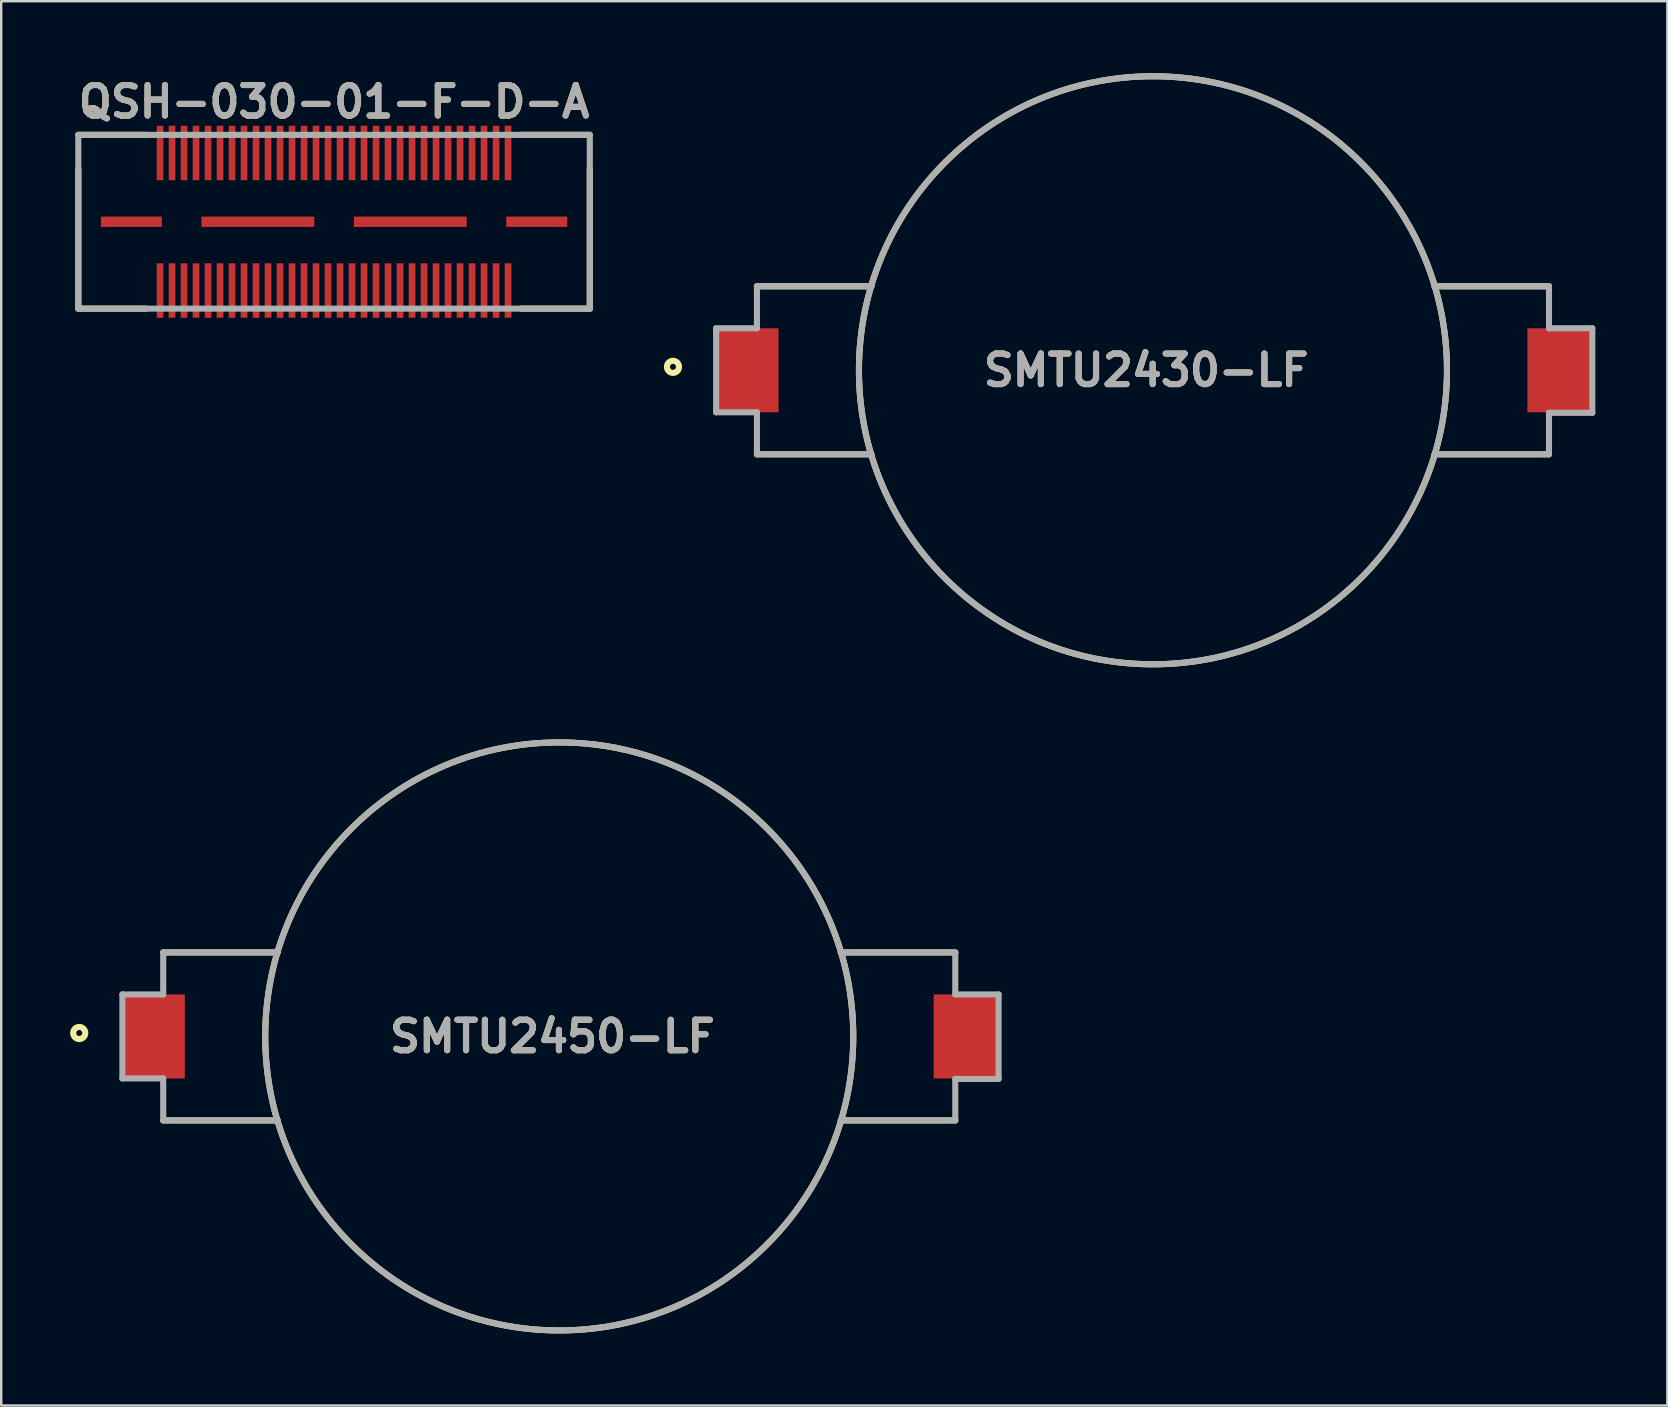
<source format=kicad_pcb>
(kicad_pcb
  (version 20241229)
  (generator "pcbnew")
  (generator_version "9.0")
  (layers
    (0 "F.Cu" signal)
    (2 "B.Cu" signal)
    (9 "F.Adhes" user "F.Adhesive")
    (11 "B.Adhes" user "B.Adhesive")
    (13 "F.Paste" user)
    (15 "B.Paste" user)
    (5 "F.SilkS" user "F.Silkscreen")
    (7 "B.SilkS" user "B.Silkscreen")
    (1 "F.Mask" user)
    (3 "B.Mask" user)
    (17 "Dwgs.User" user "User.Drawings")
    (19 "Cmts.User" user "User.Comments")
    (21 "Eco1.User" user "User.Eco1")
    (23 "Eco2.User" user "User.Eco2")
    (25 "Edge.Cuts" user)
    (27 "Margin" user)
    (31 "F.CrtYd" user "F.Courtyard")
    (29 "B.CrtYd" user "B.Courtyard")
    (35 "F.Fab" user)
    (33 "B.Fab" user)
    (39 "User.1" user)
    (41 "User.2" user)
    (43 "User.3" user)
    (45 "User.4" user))
  (footprint "SMTU2450-LF"
    (layer "F.Cu")
    (at 20.25 40.131)
    (property "Reference" "SMTU2450-LF" (at -0.285 0 0) (layer "F.SilkS") (effects (font (size 1.27 1.27) (thickness 0.254))))
    (attr smd)
    (fp_line (start -11.73 -3.5) (end -16.5 -3.5) (stroke (width 0.254) (type solid)) (layer "F.SilkS"))
    (fp_line (start -11.73 3.5) (end -16.5 3.5) (stroke (width 0.254) (type solid)) (layer "F.SilkS"))
    (fp_line (start 11.73 -3.5) (end 16.5 -3.5) (stroke (width 0.254) (type solid)) (layer "F.SilkS"))
    (fp_line (start 11.73 3.5) (end 16.5 3.5) (stroke (width 0.254) (type solid)) (layer "F.SilkS"))
    (fp_circle (center -19.998 -0.143) (end -19.998 -0.018) (stroke (width 0.254) (type solid)) (fill no) (layer "F.SilkS"))
    (fp_circle (center 0 0) (end 0 12.25) (stroke (width 0.254) (type solid)) (fill no) (layer "F.SilkS"))
    (fp_line (start -18.2 -1.75) (end -18.2 1.75) (stroke (width 0.254) (type solid)) (layer "F.Fab"))
    (fp_line (start -16.5 -3.5) (end -16.5 -1.75) (stroke (width 0.254) (type solid)) (layer "F.Fab"))
    (fp_line (start -16.5 -1.75) (end -18.2 -1.75) (stroke (width 0.254) (type solid)) (layer "F.Fab"))
    (fp_line (start -16.5 1.75) (end -18.2 1.75) (stroke (width 0.254) (type solid)) (layer "F.Fab"))
    (fp_line (start -16.5 1.75) (end -16.5 3.5) (stroke (width 0.254) (type solid)) (layer "F.Fab"))
    (fp_line (start -11.73 -3.5) (end -16.5 -3.5) (stroke (width 0.254) (type solid)) (layer "F.Fab"))
    (fp_line (start -11.73 3.5) (end -16.5 3.5) (stroke (width 0.254) (type solid)) (layer "F.Fab"))
    (fp_line (start 11.73 -3.5) (end 16.5 -3.5) (stroke (width 0.254) (type solid)) (layer "F.Fab"))
    (fp_line (start 11.73 3.5) (end 16.5 3.5) (stroke (width 0.254) (type solid)) (layer "F.Fab"))
    (fp_line (start 16.5 -3.5) (end 16.5 -1.75) (stroke (width 0.254) (type solid)) (layer "F.Fab"))
    (fp_line (start 16.5 -1.75) (end 18.305 -1.75) (stroke (width 0.254) (type solid)) (layer "F.Fab"))
    (fp_line (start 16.5 1.772) (end 16.5 3.5) (stroke (width 0.254) (type solid)) (layer "F.Fab"))
    (fp_line (start 18.305 -1.75) (end 18.305 1.772) (stroke (width 0.254) (type solid)) (layer "F.Fab"))
    (fp_line (start 18.305 1.772) (end 16.5 1.772) (stroke (width 0.254) (type solid)) (layer "F.Fab"))
    (fp_circle (center 0 0) (end 0 12.25) (stroke (width 0.254) (type solid)) (fill no) (layer "F.Fab"))
    (fp_text user "${REFERENCE}" (at -0.285 0 0) (layer "F.Fab") (effects (font (size 1.27 1.27) (thickness 0.254))))
    (pad "1" smd rect (at -16.9 0) (size 2.6 3.5) (layers "F.Cu" "F.Mask" "F.Paste"))
    (pad "2" smd rect (at 16.9 0) (size 2.6 3.5) (layers "F.Cu" "F.Mask" "F.Paste")))
  (footprint "SMTU2430-LF"
    (layer "F.Cu")
    (at 44.986 12.377)
    (property "Reference" "SMTU2430-LF" (at -0.285 0 0) (layer "F.SilkS") (effects (font (size 1.27 1.27) (thickness 0.254))))
    (attr smd)
    (fp_line (start -11.73 -3.5) (end -16.5 -3.5) (stroke (width 0.254) (type solid)) (layer "F.SilkS"))
    (fp_line (start -11.73 3.5) (end -16.5 3.5) (stroke (width 0.254) (type solid)) (layer "F.SilkS"))
    (fp_line (start 11.73 -3.5) (end 16.5 -3.5) (stroke (width 0.254) (type solid)) (layer "F.SilkS"))
    (fp_line (start 11.73 3.5) (end 16.5 3.5) (stroke (width 0.254) (type solid)) (layer "F.SilkS"))
    (fp_circle (center -19.998 -0.143) (end -19.998 -0.018) (stroke (width 0.254) (type solid)) (fill no) (layer "F.SilkS"))
    (fp_circle (center 0 0) (end 0 12.25) (stroke (width 0.254) (type solid)) (fill no) (layer "F.SilkS"))
    (fp_line (start -18.2 -1.75) (end -18.2 1.75) (stroke (width 0.254) (type solid)) (layer "F.Fab"))
    (fp_line (start -16.5 -3.5) (end -16.5 -1.75) (stroke (width 0.254) (type solid)) (layer "F.Fab"))
    (fp_line (start -16.5 -1.75) (end -18.2 -1.75) (stroke (width 0.254) (type solid)) (layer "F.Fab"))
    (fp_line (start -16.5 1.75) (end -18.2 1.75) (stroke (width 0.254) (type solid)) (layer "F.Fab"))
    (fp_line (start -16.5 1.75) (end -16.5 3.5) (stroke (width 0.254) (type solid)) (layer "F.Fab"))
    (fp_line (start -11.73 -3.5) (end -16.5 -3.5) (stroke (width 0.254) (type solid)) (layer "F.Fab"))
    (fp_line (start -11.73 3.5) (end -16.5 3.5) (stroke (width 0.254) (type solid)) (layer "F.Fab"))
    (fp_line (start 11.73 -3.5) (end 16.5 -3.5) (stroke (width 0.254) (type solid)) (layer "F.Fab"))
    (fp_line (start 11.73 3.5) (end 16.5 3.5) (stroke (width 0.254) (type solid)) (layer "F.Fab"))
    (fp_line (start 16.5 -3.5) (end 16.5 -1.75) (stroke (width 0.254) (type solid)) (layer "F.Fab"))
    (fp_line (start 16.5 -1.75) (end 18.305 -1.75) (stroke (width 0.254) (type solid)) (layer "F.Fab"))
    (fp_line (start 16.5 1.772) (end 16.5 3.5) (stroke (width 0.254) (type solid)) (layer "F.Fab"))
    (fp_line (start 18.305 -1.75) (end 18.305 1.772) (stroke (width 0.254) (type solid)) (layer "F.Fab"))
    (fp_line (start 18.305 1.772) (end 16.5 1.772) (stroke (width 0.254) (type solid)) (layer "F.Fab"))
    (fp_circle (center 0 0) (end 0 12.25) (stroke (width 0.254) (type solid)) (fill no) (layer "F.Fab"))
    (fp_text user "${REFERENCE}" (at -0.285 0 0) (layer "F.Fab") (effects (font (size 1.27 1.27) (thickness 0.254))))
    (pad "1" smd rect (at -16.9 0) (size 2.6 3.5) (layers "F.Cu" "F.Mask" "F.Paste"))
    (pad "2" smd rect (at 16.9 0) (size 2.6 3.5) (layers "F.Cu" "F.Mask" "F.Paste")))
  (footprint "QSH-030-01-F-D-A"
    (layer "F.Cu")
    (at 10.868 6.189)
    (property "Reference" "QSH-030-01-F-D-A" (at 0 -5 0) (layer "F.SilkS") (effects (font (size 1.27 1.27) (thickness 0.254))))
    (attr through_hole)
    (fp_line (start -10.655 -3.62) (end -7.825 -3.62) (stroke (width 0.254) (type solid)) (layer "F.SilkS"))
    (fp_line (start -10.655 3.62) (end -10.655 -2.2) (stroke (width 0.254) (type solid)) (layer "F.SilkS"))
    (fp_line (start -10.655 3.62) (end -7.825 3.62) (stroke (width 0.254) (type solid)) (layer "F.SilkS"))
    (fp_line (start 10.655 -3.62) (end 7.796 -3.62) (stroke (width 0.254) (type solid)) (layer "F.SilkS"))
    (fp_line (start 10.655 3.62) (end 7.796 3.62) (stroke (width 0.254) (type solid)) (layer "F.SilkS"))
    (fp_line (start 10.655 3.62) (end 10.655 -2.2) (stroke (width 0.254) (type solid)) (layer "F.SilkS"))
    (fp_line (start -10.655 -3.62) (end 10.655 -3.62) (stroke (width 0.254) (type solid)) (layer "F.Fab"))
    (fp_line (start -10.655 3.62) (end -10.655 -3.62) (stroke (width 0.254) (type solid)) (layer "F.Fab"))
    (fp_line (start 10.655 -3.62) (end 10.655 3.62) (stroke (width 0.254) (type solid)) (layer "F.Fab"))
    (fp_line (start 10.655 3.62) (end -10.655 3.62) (stroke (width 0.254) (type solid)) (layer "F.Fab"))
    (fp_text user "${REFERENCE}" (at 0 -5 0) (layer "F.Fab") (effects (font (size 1.27 1.27) (thickness 0.254))))
    (pad "" np_thru_hole circle (at -10.065 -2.67) (size 0.001 0.001) (drill 1.02) (layers "*.Cu" "*.Mask"))
    (pad "" np_thru_hole circle (at 10.065 -2.67) (size 0.001 0.001) (drill 1.02) (layers "*.Cu" "*.Mask"))
    (pad "1" smd rect (at 7.25 -2.865) (size 0.279 2.27) (layers "F.Cu" "F.Mask" "F.Paste"))
    (pad "2" smd rect (at 7.25 2.865) (size 0.279 2.27) (layers "F.Cu" "F.Mask" "F.Paste"))
    (pad "3" smd rect (at 6.75 -2.865) (size 0.279 2.27) (layers "F.Cu" "F.Mask" "F.Paste"))
    (pad "4" smd rect (at 6.75 2.865) (size 0.279 2.27) (layers "F.Cu" "F.Mask" "F.Paste"))
    (pad "5" smd rect (at 6.25 -2.865) (size 0.279 2.27) (layers "F.Cu" "F.Mask" "F.Paste"))
    (pad "6" smd rect (at 6.25 2.865) (size 0.279 2.27) (layers "F.Cu" "F.Mask" "F.Paste"))
    (pad "7" smd rect (at 5.75 -2.865) (size 0.279 2.27) (layers "F.Cu" "F.Mask" "F.Paste"))
    (pad "8" smd rect (at 5.75 2.865) (size 0.279 2.27) (layers "F.Cu" "F.Mask" "F.Paste"))
    (pad "9" smd rect (at 5.25 -2.865) (size 0.279 2.27) (layers "F.Cu" "F.Mask" "F.Paste"))
    (pad "10" smd rect (at 5.25 2.865) (size 0.279 2.27) (layers "F.Cu" "F.Mask" "F.Paste"))
    (pad "11" smd rect (at 4.75 -2.865) (size 0.279 2.27) (layers "F.Cu" "F.Mask" "F.Paste"))
    (pad "12" smd rect (at 4.75 2.865) (size 0.279 2.27) (layers "F.Cu" "F.Mask" "F.Paste"))
    (pad "13" smd rect (at 4.25 -2.865) (size 0.279 2.27) (layers "F.Cu" "F.Mask" "F.Paste"))
    (pad "14" smd rect (at 4.25 2.865) (size 0.279 2.27) (layers "F.Cu" "F.Mask" "F.Paste"))
    (pad "15" smd rect (at 3.75 -2.865) (size 0.279 2.27) (layers "F.Cu" "F.Mask" "F.Paste"))
    (pad "16" smd rect (at 3.75 2.865) (size 0.279 2.27) (layers "F.Cu" "F.Mask" "F.Paste"))
    (pad "17" smd rect (at 3.25 -2.865) (size 0.279 2.27) (layers "F.Cu" "F.Mask" "F.Paste"))
    (pad "18" smd rect (at 3.25 2.865) (size 0.279 2.27) (layers "F.Cu" "F.Mask" "F.Paste"))
    (pad "19" smd rect (at 2.75 -2.865) (size 0.279 2.27) (layers "F.Cu" "F.Mask" "F.Paste"))
    (pad "20" smd rect (at 2.75 2.865) (size 0.279 2.27) (layers "F.Cu" "F.Mask" "F.Paste"))
    (pad "21" smd rect (at 2.25 -2.865) (size 0.279 2.27) (layers "F.Cu" "F.Mask" "F.Paste"))
    (pad "22" smd rect (at 2.25 2.865) (size 0.279 2.27) (layers "F.Cu" "F.Mask" "F.Paste"))
    (pad "23" smd rect (at 1.75 -2.865) (size 0.279 2.27) (layers "F.Cu" "F.Mask" "F.Paste"))
    (pad "24" smd rect (at 1.75 2.865) (size 0.279 2.27) (layers "F.Cu" "F.Mask" "F.Paste"))
    (pad "25" smd rect (at 1.25 -2.865) (size 0.279 2.27) (layers "F.Cu" "F.Mask" "F.Paste"))
    (pad "26" smd rect (at 1.25 2.865) (size 0.279 2.27) (layers "F.Cu" "F.Mask" "F.Paste"))
    (pad "27" smd rect (at 0.75 -2.865) (size 0.279 2.27) (layers "F.Cu" "F.Mask" "F.Paste"))
    (pad "28" smd rect (at 0.75 2.865) (size 0.279 2.27) (layers "F.Cu" "F.Mask" "F.Paste"))
    (pad "29" smd rect (at 0.25 -2.865) (size 0.279 2.27) (layers "F.Cu" "F.Mask" "F.Paste"))
    (pad "30" smd rect (at 0.25 2.865) (size 0.279 2.27) (layers "F.Cu" "F.Mask" "F.Paste"))
    (pad "31" smd rect (at -0.25 -2.865) (size 0.279 2.27) (layers "F.Cu" "F.Mask" "F.Paste"))
    (pad "32" smd rect (at -0.25 2.865) (size 0.279 2.27) (layers "F.Cu" "F.Mask" "F.Paste"))
    (pad "33" smd rect (at -0.75 -2.865) (size 0.279 2.27) (layers "F.Cu" "F.Mask" "F.Paste"))
    (pad "34" smd rect (at -0.75 2.865) (size 0.279 2.27) (layers "F.Cu" "F.Mask" "F.Paste"))
    (pad "35" smd rect (at -1.25 -2.865) (size 0.279 2.27) (layers "F.Cu" "F.Mask" "F.Paste"))
    (pad "36" smd rect (at -1.25 2.865) (size 0.279 2.27) (layers "F.Cu" "F.Mask" "F.Paste"))
    (pad "37" smd rect (at -1.75 -2.865) (size 0.279 2.27) (layers "F.Cu" "F.Mask" "F.Paste"))
    (pad "38" smd rect (at -1.75 2.865) (size 0.279 2.27) (layers "F.Cu" "F.Mask" "F.Paste"))
    (pad "39" smd rect (at -2.25 -2.865) (size 0.279 2.27) (layers "F.Cu" "F.Mask" "F.Paste"))
    (pad "40" smd rect (at -2.25 2.865) (size 0.279 2.27) (layers "F.Cu" "F.Mask" "F.Paste"))
    (pad "41" smd rect (at -2.75 -2.865) (size 0.279 2.27) (layers "F.Cu" "F.Mask" "F.Paste"))
    (pad "42" smd rect (at -2.75 2.865) (size 0.279 2.27) (layers "F.Cu" "F.Mask" "F.Paste"))
    (pad "43" smd rect (at -3.25 -2.865) (size 0.279 2.27) (layers "F.Cu" "F.Mask" "F.Paste"))
    (pad "44" smd rect (at -3.25 2.865) (size 0.279 2.27) (layers "F.Cu" "F.Mask" "F.Paste"))
    (pad "45" smd rect (at -3.75 -2.865) (size 0.279 2.27) (layers "F.Cu" "F.Mask" "F.Paste"))
    (pad "46" smd rect (at -3.75 2.865) (size 0.279 2.27) (layers "F.Cu" "F.Mask" "F.Paste"))
    (pad "47" smd rect (at -4.25 -2.865) (size 0.279 2.27) (layers "F.Cu" "F.Mask" "F.Paste"))
    (pad "48" smd rect (at -4.25 2.865) (size 0.279 2.27) (layers "F.Cu" "F.Mask" "F.Paste"))
    (pad "49" smd rect (at -4.75 -2.865) (size 0.279 2.27) (layers "F.Cu" "F.Mask" "F.Paste"))
    (pad "50" smd rect (at -4.75 2.865) (size 0.279 2.27) (layers "F.Cu" "F.Mask" "F.Paste"))
    (pad "51" smd rect (at -5.25 -2.865) (size 0.279 2.27) (layers "F.Cu" "F.Mask" "F.Paste"))
    (pad "52" smd rect (at -5.25 2.865) (size 0.279 2.27) (layers "F.Cu" "F.Mask" "F.Paste"))
    (pad "53" smd rect (at -5.75 -2.865) (size 0.279 2.27) (layers "F.Cu" "F.Mask" "F.Paste"))
    (pad "54" smd rect (at -5.75 2.865) (size 0.279 2.27) (layers "F.Cu" "F.Mask" "F.Paste"))
    (pad "55" smd rect (at -6.25 -2.865) (size 0.279 2.27) (layers "F.Cu" "F.Mask" "F.Paste"))
    (pad "56" smd rect (at -6.25 2.865) (size 0.279 2.27) (layers "F.Cu" "F.Mask" "F.Paste"))
    (pad "57" smd rect (at -6.75 -2.865) (size 0.279 2.27) (layers "F.Cu" "F.Mask" "F.Paste"))
    (pad "58" smd rect (at -6.75 2.865) (size 0.279 2.27) (layers "F.Cu" "F.Mask" "F.Paste"))
    (pad "59" smd rect (at -7.25 -2.865) (size 0.279 2.27) (layers "F.Cu" "F.Mask" "F.Paste"))
    (pad "60" smd rect (at -7.25 2.865) (size 0.279 2.27) (layers "F.Cu" "F.Mask" "F.Paste"))
    (pad "61" smd rect (at 8.445 0 90) (size 0.43 2.54) (layers "F.Cu" "F.Mask" "F.Paste"))
    (pad "62" smd rect (at 3.175 0 90) (size 0.43 4.7) (layers "F.Cu" "F.Mask" "F.Paste"))
    (pad "63" smd rect (at -3.175 0 90) (size 0.43 4.7) (layers "F.Cu" "F.Mask" "F.Paste"))
    (pad "64" smd rect (at -8.445 0 90) (size 0.43 2.54) (layers "F.Cu" "F.Mask" "F.Paste")))
  (gr_rect
    (start -3 -3)
    (end 66.418 55.508)
    (stroke (width 0.1) (type default))
    (fill no)
    (layer "Edge.Cuts")))
</source>
